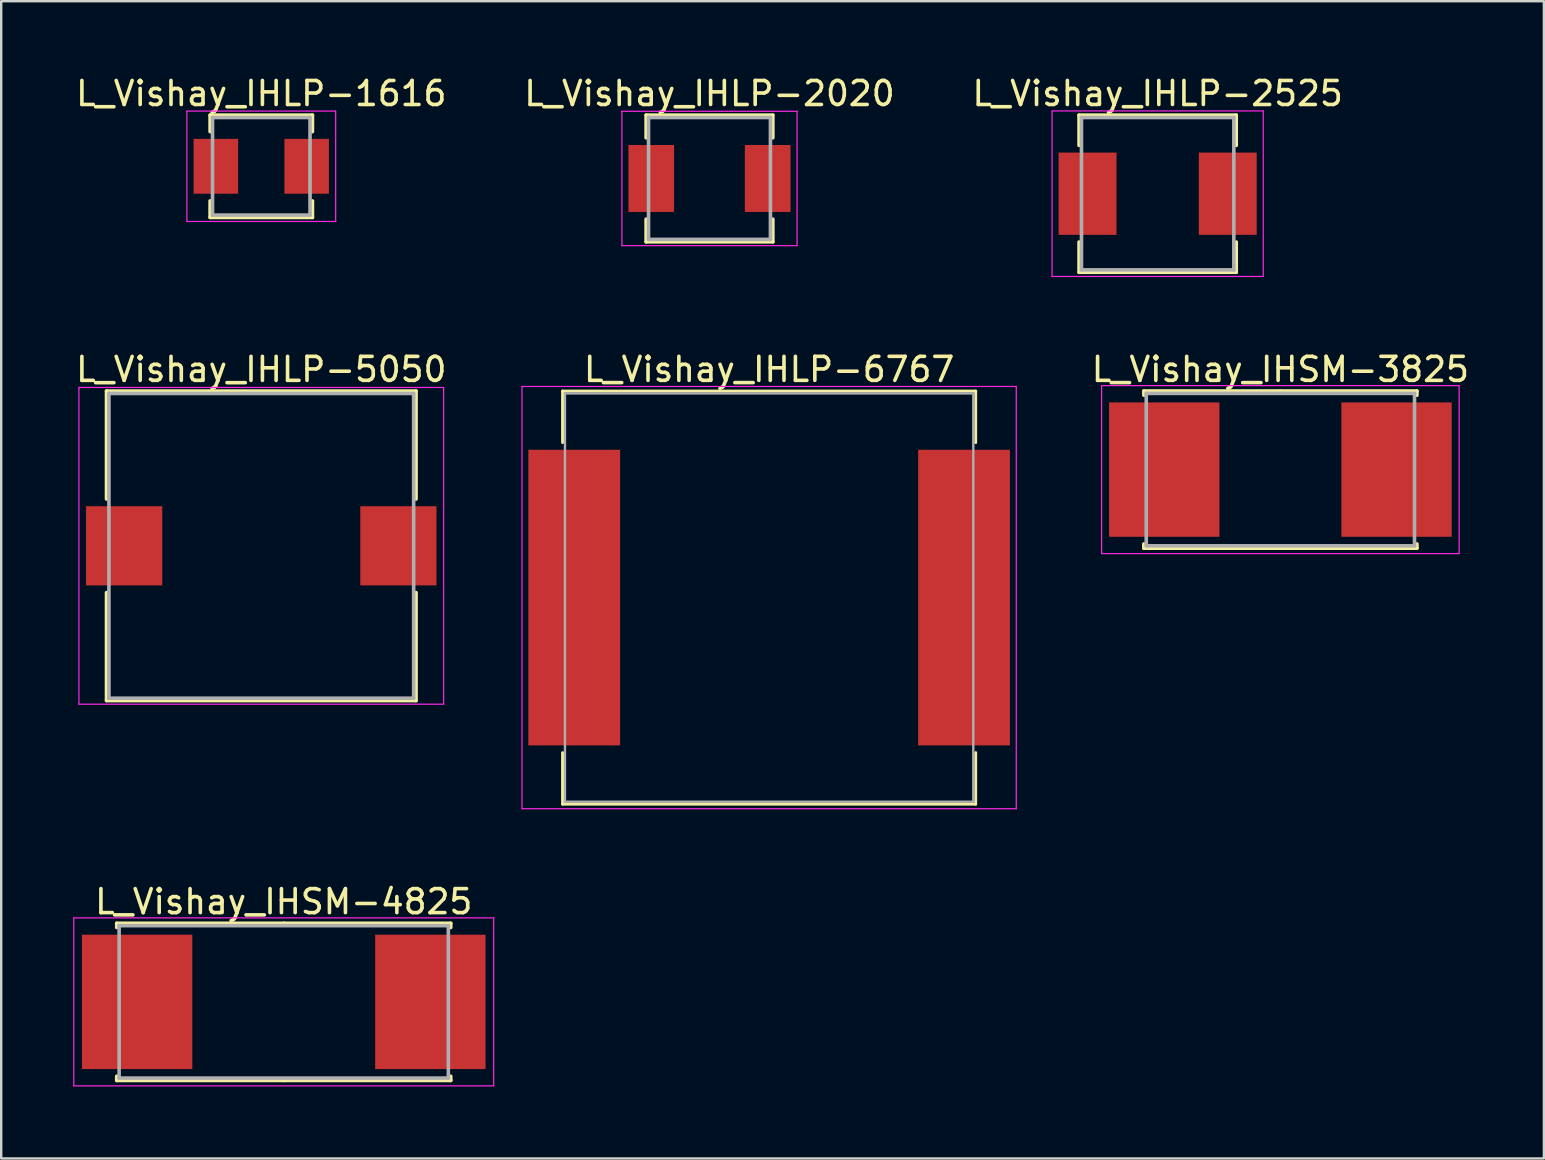
<source format=kicad_pcb>
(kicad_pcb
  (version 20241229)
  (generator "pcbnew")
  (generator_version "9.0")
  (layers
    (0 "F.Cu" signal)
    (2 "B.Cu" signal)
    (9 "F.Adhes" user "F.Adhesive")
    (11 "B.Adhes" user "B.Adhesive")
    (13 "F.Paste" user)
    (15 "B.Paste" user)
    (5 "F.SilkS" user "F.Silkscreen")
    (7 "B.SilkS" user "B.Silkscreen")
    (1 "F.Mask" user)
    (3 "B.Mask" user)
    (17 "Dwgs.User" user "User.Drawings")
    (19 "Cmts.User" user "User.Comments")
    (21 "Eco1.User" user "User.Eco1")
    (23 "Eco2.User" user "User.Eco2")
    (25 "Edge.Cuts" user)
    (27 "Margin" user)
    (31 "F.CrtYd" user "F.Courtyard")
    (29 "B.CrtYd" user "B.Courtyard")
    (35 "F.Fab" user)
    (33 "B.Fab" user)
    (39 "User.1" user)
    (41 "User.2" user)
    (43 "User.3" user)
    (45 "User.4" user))
  (footprint "L_Vishay_IHLP-2020"
    (layer "F.Cu")
    (at 26.518 4.388)
    (property "Reference" "L_Vishay_IHLP-2020" (at 0 -3.54 0) (layer "F.SilkS") (effects (font (size 1 1) (thickness 0.15))))
    (attr smd)
    (fp_line (start -2.64 -2.64) (end 2.64 -2.64) (stroke (width 0.15) (type solid)) (layer "F.SilkS"))
    (fp_line (start -2.64 -1.695) (end -2.64 -2.64) (stroke (width 0.15) (type solid)) (layer "F.SilkS"))
    (fp_line (start -2.64 1.695) (end -2.64 2.64) (stroke (width 0.15) (type solid)) (layer "F.SilkS"))
    (fp_line (start -2.64 2.64) (end 2.64 2.64) (stroke (width 0.15) (type solid)) (layer "F.SilkS"))
    (fp_line (start 2.64 -2.64) (end 2.64 -1.695) (stroke (width 0.15) (type solid)) (layer "F.SilkS"))
    (fp_line (start 2.64 2.64) (end 2.64 1.695) (stroke (width 0.15) (type solid)) (layer "F.SilkS"))
    (fp_line (start -3.65 -2.8) (end -3.65 2.8) (stroke (width 0.05) (type solid)) (layer "F.CrtYd"))
    (fp_line (start -3.65 2.8) (end 3.65 2.8) (stroke (width 0.05) (type solid)) (layer "F.CrtYd"))
    (fp_line (start 3.65 -2.8) (end -3.65 -2.8) (stroke (width 0.05) (type solid)) (layer "F.CrtYd"))
    (fp_line (start 3.65 2.8) (end 3.65 -2.8) (stroke (width 0.05) (type solid)) (layer "F.CrtYd"))
    (fp_line (start -2.54 -2.54) (end -2.54 2.54) (stroke (width 0.15) (type solid)) (layer "F.Fab"))
    (fp_line (start -2.54 2.54) (end 2.54 2.54) (stroke (width 0.15) (type solid)) (layer "F.Fab"))
    (fp_line (start 2.54 -2.54) (end -2.54 -2.54) (stroke (width 0.15) (type solid)) (layer "F.Fab"))
    (fp_line (start 2.54 2.54) (end 2.54 -2.54) (stroke (width 0.15) (type solid)) (layer "F.Fab"))
    (pad "1" smd rect (at -2.426 0) (size 1.903 2.79) (layers "F.Cu" "F.Mask" "F.Paste"))
    (pad "2" smd rect (at 2.426 0) (size 1.903 2.79) (layers "F.Cu" "F.Mask" "F.Paste")))
  (footprint "L_Vishay_IHLP-5050"
    (layer "F.Cu")
    (at 7.839 19.697)
    (property "Reference" "L_Vishay_IHLP-5050" (at 0 -7.35 0) (layer "F.SilkS") (effects (font (size 1 1) (thickness 0.15))))
    (attr smd)
    (fp_line (start -6.45 -6.45) (end 6.45 -6.45) (stroke (width 0.15) (type solid)) (layer "F.SilkS"))
    (fp_line (start -6.45 -1.95) (end -6.45 -6.45) (stroke (width 0.15) (type solid)) (layer "F.SilkS"))
    (fp_line (start -6.45 1.95) (end -6.45 6.45) (stroke (width 0.15) (type solid)) (layer "F.SilkS"))
    (fp_line (start -6.45 6.45) (end 6.45 6.45) (stroke (width 0.15) (type solid)) (layer "F.SilkS"))
    (fp_line (start 6.45 -6.45) (end 6.45 -1.95) (stroke (width 0.15) (type solid)) (layer "F.SilkS"))
    (fp_line (start 6.45 6.45) (end 6.45 1.95) (stroke (width 0.15) (type solid)) (layer "F.SilkS"))
    (fp_line (start -7.6 -6.6) (end -7.6 6.6) (stroke (width 0.05) (type solid)) (layer "F.CrtYd"))
    (fp_line (start -7.6 6.6) (end 7.6 6.6) (stroke (width 0.05) (type solid)) (layer "F.CrtYd"))
    (fp_line (start 7.6 -6.6) (end -7.6 -6.6) (stroke (width 0.05) (type solid)) (layer "F.CrtYd"))
    (fp_line (start 7.6 6.6) (end 7.6 -6.6) (stroke (width 0.05) (type solid)) (layer "F.CrtYd"))
    (fp_line (start -6.35 -6.35) (end -6.35 6.35) (stroke (width 0.15) (type solid)) (layer "F.Fab"))
    (fp_line (start -6.35 6.35) (end 6.35 6.35) (stroke (width 0.15) (type solid)) (layer "F.Fab"))
    (fp_line (start 6.35 -6.35) (end -6.35 -6.35) (stroke (width 0.15) (type solid)) (layer "F.Fab"))
    (fp_line (start 6.35 6.35) (end 6.35 -6.35) (stroke (width 0.15) (type solid)) (layer "F.Fab"))
    (pad "1" smd rect (at -5.715 0) (size 3.175 3.3) (layers "F.Cu" "F.Mask" "F.Paste"))
    (pad "2" smd rect (at 5.715 0) (size 3.175 3.3) (layers "F.Cu" "F.Mask" "F.Paste")))
  (footprint "L_Vishay_IHSM-3825"
    (layer "F.Cu")
    (at 50.311 16.521)
    (property "Reference" "L_Vishay_IHSM-3825" (at 0 -4.175 0) (layer "F.SilkS") (effects (font (size 1 1) (thickness 0.15))))
    (attr smd)
    (fp_line (start -5.69 -3.275) (end 0 -3.275) (stroke (width 0.15) (type solid)) (layer "F.SilkS"))
    (fp_line (start -5.69 -3.1) (end -5.69 -3.275) (stroke (width 0.15) (type solid)) (layer "F.SilkS"))
    (fp_line (start -5.69 3.1) (end -5.69 3.275) (stroke (width 0.15) (type solid)) (layer "F.SilkS"))
    (fp_line (start -5.69 3.275) (end 0 3.275) (stroke (width 0.15) (type solid)) (layer "F.SilkS"))
    (fp_line (start 5.69 -3.275) (end 0 -3.275) (stroke (width 0.15) (type solid)) (layer "F.SilkS"))
    (fp_line (start 5.69 -3.1) (end 5.69 -3.275) (stroke (width 0.15) (type solid)) (layer "F.SilkS"))
    (fp_line (start 5.69 3.1) (end 5.69 3.275) (stroke (width 0.15) (type solid)) (layer "F.SilkS"))
    (fp_line (start 5.69 3.275) (end 0 3.275) (stroke (width 0.15) (type solid)) (layer "F.SilkS"))
    (fp_line (start -7.45 -3.5) (end -7.45 3.5) (stroke (width 0.05) (type solid)) (layer "F.CrtYd"))
    (fp_line (start -7.45 3.5) (end 7.45 3.5) (stroke (width 0.05) (type solid)) (layer "F.CrtYd"))
    (fp_line (start 7.45 -3.5) (end -7.45 -3.5) (stroke (width 0.05) (type solid)) (layer "F.CrtYd"))
    (fp_line (start 7.45 3.5) (end 7.45 -3.5) (stroke (width 0.05) (type solid)) (layer "F.CrtYd"))
    (fp_line (start -5.59 -3.175) (end -5.59 3.175) (stroke (width 0.15) (type solid)) (layer "F.Fab"))
    (fp_line (start -5.59 3.175) (end 5.59 3.175) (stroke (width 0.15) (type solid)) (layer "F.Fab"))
    (fp_line (start 5.59 -3.175) (end -5.59 -3.175) (stroke (width 0.15) (type solid)) (layer "F.Fab"))
    (fp_line (start 5.59 3.175) (end 5.59 -3.175) (stroke (width 0.15) (type solid)) (layer "F.Fab"))
    (pad "1" smd rect (at -4.84 0) (size 4.6 5.6) (layers "F.Cu" "F.Mask" "F.Paste"))
    (pad "2" smd rect (at 4.84 0) (size 4.6 5.6) (layers "F.Cu" "F.Mask" "F.Paste")))
  (footprint "L_Vishay_IHLP-6767"
    (layer "F.Cu")
    (at 29.004 21.855)
    (property "Reference" "L_Vishay_IHLP-6767" (at 0 -9.509 0) (layer "F.SilkS") (effects (font (size 1 1) (thickness 0.15))))
    (attr smd)
    (fp_line (start -8.609 -8.609) (end 8.609 -8.609) (stroke (width 0.12) (type solid)) (layer "F.SilkS"))
    (fp_line (start -8.609 -6.46) (end -8.609 -8.609) (stroke (width 0.12) (type solid)) (layer "F.SilkS"))
    (fp_line (start -8.609 6.46) (end -8.609 8.609) (stroke (width 0.12) (type solid)) (layer "F.SilkS"))
    (fp_line (start -8.609 8.609) (end 8.609 8.609) (stroke (width 0.12) (type solid)) (layer "F.SilkS"))
    (fp_line (start 8.609 -8.609) (end 8.609 -6.46) (stroke (width 0.12) (type solid)) (layer "F.SilkS"))
    (fp_line (start 8.609 8.609) (end 8.609 6.46) (stroke (width 0.12) (type solid)) (layer "F.SilkS"))
    (fp_line (start -10.3 -8.8) (end -10.3 8.8) (stroke (width 0.05) (type solid)) (layer "F.CrtYd"))
    (fp_line (start -10.3 8.8) (end 10.3 8.8) (stroke (width 0.05) (type solid)) (layer "F.CrtYd"))
    (fp_line (start 10.3 -8.8) (end -10.3 -8.8) (stroke (width 0.05) (type solid)) (layer "F.CrtYd"))
    (fp_line (start 10.3 8.8) (end 10.3 -8.8) (stroke (width 0.05) (type solid)) (layer "F.CrtYd"))
    (fp_line (start -8.509 -8.509) (end -8.509 8.509) (stroke (width 0.1) (type solid)) (layer "F.Fab"))
    (fp_line (start -8.509 8.509) (end 8.509 8.509) (stroke (width 0.1) (type solid)) (layer "F.Fab"))
    (fp_line (start 8.509 -8.509) (end -8.509 -8.509) (stroke (width 0.1) (type solid)) (layer "F.Fab"))
    (fp_line (start 8.509 8.509) (end 8.509 -8.509) (stroke (width 0.1) (type solid)) (layer "F.Fab"))
    (pad "1" smd rect (at -8.123 0) (size 3.825 12.32) (layers "F.Cu" "F.Mask" "F.Paste"))
    (pad "2" smd rect (at 8.123 0) (size 3.825 12.32) (layers "F.Cu" "F.Mask" "F.Paste")))
  (footprint "L_Vishay_IHLP-2525"
    (layer "F.Cu")
    (at 45.196 5.023)
    (property "Reference" "L_Vishay_IHLP-2525" (at 0 -4.175 0) (layer "F.SilkS") (effects (font (size 1 1) (thickness 0.15))))
    (attr smd)
    (fp_line (start -3.275 -3.275) (end 3.275 -3.275) (stroke (width 0.15) (type solid)) (layer "F.SilkS"))
    (fp_line (start -3.275 -2.014) (end -3.275 -3.275) (stroke (width 0.15) (type solid)) (layer "F.SilkS"))
    (fp_line (start -3.275 2.014) (end -3.275 3.275) (stroke (width 0.15) (type solid)) (layer "F.SilkS"))
    (fp_line (start -3.275 3.275) (end 3.275 3.275) (stroke (width 0.15) (type solid)) (layer "F.SilkS"))
    (fp_line (start 3.275 -3.275) (end 3.275 -2.014) (stroke (width 0.15) (type solid)) (layer "F.SilkS"))
    (fp_line (start 3.275 3.275) (end 3.275 2.014) (stroke (width 0.15) (type solid)) (layer "F.SilkS"))
    (fp_line (start -4.4 -3.45) (end -4.4 3.45) (stroke (width 0.05) (type solid)) (layer "F.CrtYd"))
    (fp_line (start -4.4 3.45) (end 4.4 3.45) (stroke (width 0.05) (type solid)) (layer "F.CrtYd"))
    (fp_line (start 4.4 -3.45) (end -4.4 -3.45) (stroke (width 0.05) (type solid)) (layer "F.CrtYd"))
    (fp_line (start 4.4 3.45) (end 4.4 -3.45) (stroke (width 0.05) (type solid)) (layer "F.CrtYd"))
    (fp_line (start -3.175 -3.175) (end -3.175 3.175) (stroke (width 0.15) (type solid)) (layer "F.Fab"))
    (fp_line (start -3.175 3.175) (end 3.175 3.175) (stroke (width 0.15) (type solid)) (layer "F.Fab"))
    (fp_line (start 3.175 -3.175) (end -3.175 -3.175) (stroke (width 0.15) (type solid)) (layer "F.Fab"))
    (fp_line (start 3.175 3.175) (end 3.175 -3.175) (stroke (width 0.15) (type solid)) (layer "F.Fab"))
    (pad "1" smd rect (at -2.921 0) (size 2.413 3.429) (layers "F.Cu" "F.Mask" "F.Paste"))
    (pad "2" smd rect (at 2.921 0) (size 2.413 3.429) (layers "F.Cu" "F.Mask" "F.Paste")))
  (footprint "L_Vishay_IHLP-1616"
    (layer "F.Cu")
    (at 7.839 3.88)
    (property "Reference" "L_Vishay_IHLP-1616" (at 0 -3.032 0) (layer "F.SilkS") (effects (font (size 1 1) (thickness 0.15))))
    (attr smd)
    (fp_line (start -2.132 -2.132) (end 2.132 -2.132) (stroke (width 0.15) (type solid)) (layer "F.SilkS"))
    (fp_line (start -2.132 -1.443) (end -2.132 -2.132) (stroke (width 0.15) (type solid)) (layer "F.SilkS"))
    (fp_line (start -2.132 1.443) (end -2.132 2.132) (stroke (width 0.15) (type solid)) (layer "F.SilkS"))
    (fp_line (start -2.132 2.132) (end 2.132 2.132) (stroke (width 0.15) (type solid)) (layer "F.SilkS"))
    (fp_line (start 2.132 -2.132) (end 2.132 -1.443) (stroke (width 0.15) (type solid)) (layer "F.SilkS"))
    (fp_line (start 2.132 2.132) (end 2.132 1.443) (stroke (width 0.15) (type solid)) (layer "F.SilkS"))
    (fp_line (start -3.1 -2.3) (end -3.1 2.3) (stroke (width 0.05) (type solid)) (layer "F.CrtYd"))
    (fp_line (start -3.1 2.3) (end 3.1 2.3) (stroke (width 0.05) (type solid)) (layer "F.CrtYd"))
    (fp_line (start 3.1 -2.3) (end -3.1 -2.3) (stroke (width 0.05) (type solid)) (layer "F.CrtYd"))
    (fp_line (start 3.1 2.3) (end 3.1 -2.3) (stroke (width 0.05) (type solid)) (layer "F.CrtYd"))
    (fp_line (start -2.032 -2.032) (end -2.032 2.032) (stroke (width 0.15) (type solid)) (layer "F.Fab"))
    (fp_line (start -2.032 2.032) (end 2.032 2.032) (stroke (width 0.15) (type solid)) (layer "F.Fab"))
    (fp_line (start 2.032 -2.032) (end -2.032 -2.032) (stroke (width 0.15) (type solid)) (layer "F.Fab"))
    (fp_line (start 2.032 2.032) (end 2.032 -2.032) (stroke (width 0.15) (type solid)) (layer "F.Fab"))
    (pad "1" smd rect (at -1.892 0) (size 1.855 2.286) (layers "F.Cu" "F.Mask" "F.Paste"))
    (pad "2" smd rect (at 1.892 0) (size 1.855 2.286) (layers "F.Cu" "F.Mask" "F.Paste")))
  (footprint "L_Vishay_IHSM-4825"
    (layer "F.Cu")
    (at 8.775 38.704)
    (property "Reference" "L_Vishay_IHSM-4825" (at 0 -4.175 0) (layer "F.SilkS") (effects (font (size 1 1) (thickness 0.15))))
    (attr smd)
    (fp_line (start -6.96 -3.275) (end 0 -3.275) (stroke (width 0.15) (type solid)) (layer "F.SilkS"))
    (fp_line (start -6.96 -3.1) (end -6.96 -3.275) (stroke (width 0.15) (type solid)) (layer "F.SilkS"))
    (fp_line (start -6.96 3.1) (end -6.96 3.275) (stroke (width 0.15) (type solid)) (layer "F.SilkS"))
    (fp_line (start -6.96 3.275) (end 0 3.275) (stroke (width 0.15) (type solid)) (layer "F.SilkS"))
    (fp_line (start 6.96 -3.275) (end 0 -3.275) (stroke (width 0.15) (type solid)) (layer "F.SilkS"))
    (fp_line (start 6.96 -3.1) (end 6.96 -3.275) (stroke (width 0.15) (type solid)) (layer "F.SilkS"))
    (fp_line (start 6.96 3.1) (end 6.96 3.275) (stroke (width 0.15) (type solid)) (layer "F.SilkS"))
    (fp_line (start 6.96 3.275) (end 0 3.275) (stroke (width 0.15) (type solid)) (layer "F.SilkS"))
    (fp_line (start -8.75 -3.5) (end -8.75 3.5) (stroke (width 0.05) (type solid)) (layer "F.CrtYd"))
    (fp_line (start -8.75 3.5) (end 8.75 3.5) (stroke (width 0.05) (type solid)) (layer "F.CrtYd"))
    (fp_line (start 8.75 -3.5) (end -8.75 -3.5) (stroke (width 0.05) (type solid)) (layer "F.CrtYd"))
    (fp_line (start 8.75 3.5) (end 8.75 -3.5) (stroke (width 0.05) (type solid)) (layer "F.CrtYd"))
    (fp_line (start -6.86 -3.175) (end -6.86 3.175) (stroke (width 0.15) (type solid)) (layer "F.Fab"))
    (fp_line (start -6.86 3.175) (end 6.86 3.175) (stroke (width 0.15) (type solid)) (layer "F.Fab"))
    (fp_line (start 6.86 -3.175) (end -6.86 -3.175) (stroke (width 0.15) (type solid)) (layer "F.Fab"))
    (fp_line (start 6.86 3.175) (end 6.86 -3.175) (stroke (width 0.15) (type solid)) (layer "F.Fab"))
    (pad "1" smd rect (at -6.11 0) (size 4.6 5.6) (layers "F.Cu" "F.Mask" "F.Paste"))
    (pad "2" smd rect (at 6.11 0) (size 4.6 5.6) (layers "F.Cu" "F.Mask" "F.Paste")))
  (gr_rect
    (start -3 -3)
    (end 61.293 45.229)
    (stroke (width 0.1) (type default))
    (fill no)
    (layer "Edge.Cuts")))
</source>
